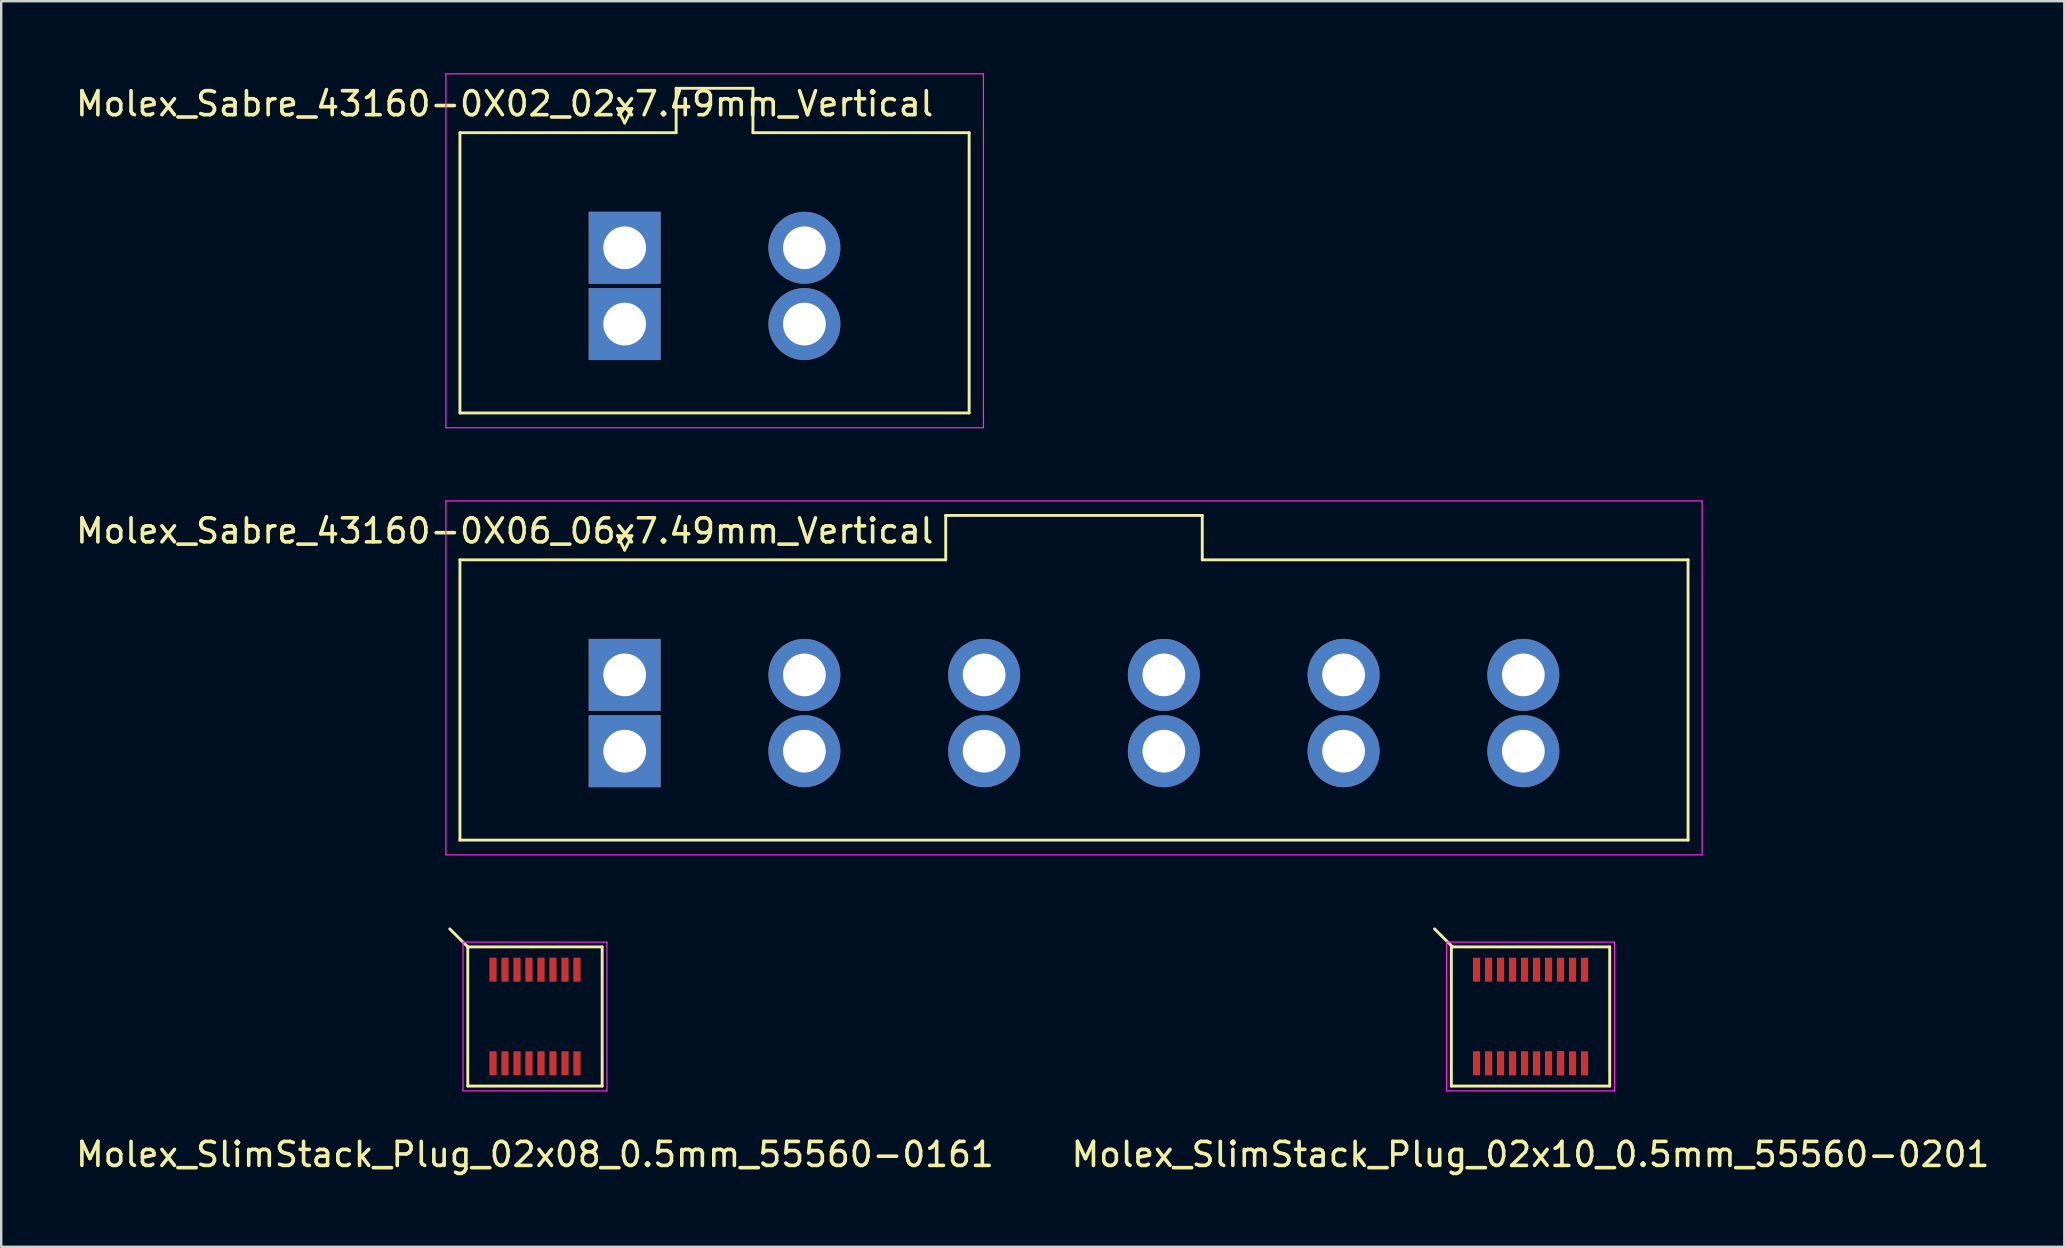
<source format=kicad_pcb>
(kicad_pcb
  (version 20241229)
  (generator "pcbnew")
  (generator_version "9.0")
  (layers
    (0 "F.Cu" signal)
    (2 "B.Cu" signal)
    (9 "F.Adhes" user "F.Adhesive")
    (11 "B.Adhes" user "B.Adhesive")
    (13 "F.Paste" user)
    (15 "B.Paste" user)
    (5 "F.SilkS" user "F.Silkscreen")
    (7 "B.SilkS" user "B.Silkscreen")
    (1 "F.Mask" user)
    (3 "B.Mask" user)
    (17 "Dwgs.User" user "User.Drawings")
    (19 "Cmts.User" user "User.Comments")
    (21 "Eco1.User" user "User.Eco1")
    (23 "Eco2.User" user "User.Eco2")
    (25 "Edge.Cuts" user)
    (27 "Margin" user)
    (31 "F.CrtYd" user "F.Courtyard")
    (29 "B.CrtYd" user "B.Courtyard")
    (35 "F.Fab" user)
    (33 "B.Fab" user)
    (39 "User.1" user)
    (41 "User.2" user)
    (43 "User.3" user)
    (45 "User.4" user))
  (footprint "Molex_Sabre_43160-0X02_02x7.49mm_Vertical"
    (layer "F.Cu")
    (at 22.982 7.275)
    (property "Reference" "Molex_Sabre_43160-0X02_02x7.49mm_Vertical" (at -5 -6 0) (layer "F.SilkS") (effects (font (size 1 1) (thickness 0.15))))
    (attr through_hole)
    (fp_line (start -6.865 -4.795) (end 2.145 -4.795) (stroke (width 0.12) (type solid)) (layer "F.SilkS"))
    (fp_line (start -6.865 6.885) (end -6.865 -4.795) (stroke (width 0.12) (type solid)) (layer "F.SilkS"))
    (fp_line (start -0.3 -5.8) (end 0 -5.2) (stroke (width 0.12) (type solid)) (layer "F.SilkS"))
    (fp_line (start 0 -5.2) (end 0.3 -5.8) (stroke (width 0.12) (type solid)) (layer "F.SilkS"))
    (fp_line (start 0.3 -5.8) (end -0.3 -5.8) (stroke (width 0.12) (type solid)) (layer "F.SilkS"))
    (fp_line (start 2.145 -6.645) (end 5.345 -6.645) (stroke (width 0.12) (type solid)) (layer "F.SilkS"))
    (fp_line (start 2.145 -4.795) (end 2.145 -6.645) (stroke (width 0.12) (type solid)) (layer "F.SilkS"))
    (fp_line (start 5.345 -6.645) (end 5.345 -4.795) (stroke (width 0.12) (type solid)) (layer "F.SilkS"))
    (fp_line (start 5.345 -4.795) (end 14.355 -4.795) (stroke (width 0.12) (type solid)) (layer "F.SilkS"))
    (fp_line (start 14.355 -4.795) (end 14.355 6.885) (stroke (width 0.12) (type solid)) (layer "F.SilkS"))
    (fp_line (start 14.355 6.885) (end -6.865 6.885) (stroke (width 0.12) (type solid)) (layer "F.SilkS"))
    (fp_line (start -7.45 -7.25) (end -7.45 7.5) (stroke (width 0.05) (type solid)) (layer "F.CrtYd"))
    (fp_line (start -7.45 7.5) (end 14.95 7.5) (stroke (width 0.05) (type solid)) (layer "F.CrtYd"))
    (fp_line (start 14.95 -7.25) (end -7.45 -7.25) (stroke (width 0.05) (type solid)) (layer "F.CrtYd"))
    (fp_line (start 14.95 7.5) (end 14.95 -7.25) (stroke (width 0.05) (type solid)) (layer "F.CrtYd"))
    (pad "1" thru_hole rect (at 0 0) (size 3 3) (drill 1.78) (layers "*.Cu" "*.Mask"))
    (pad "1" thru_hole rect (at 0 3.18) (size 3 3) (drill 1.78) (layers "*.Cu" "*.Mask"))
    (pad "2" thru_hole circle (at 7.49 0) (size 3 3) (drill 1.78) (layers "*.Cu" "*.Mask"))
    (pad "2" thru_hole circle (at 7.49 3.18) (size 3 3) (drill 1.78) (layers "*.Cu" "*.Mask")))
  (footprint "Molex_Sabre_43160-0X06_06x7.49mm_Vertical"
    (layer "F.Cu")
    (at 22.982 25.075)
    (property "Reference" "Molex_Sabre_43160-0X06_06x7.49mm_Vertical" (at -5 -6 0) (layer "F.SilkS") (effects (font (size 1 1) (thickness 0.15))))
    (attr through_hole)
    (fp_line (start -6.865 -4.795) (end 13.38 -4.795) (stroke (width 0.12) (type solid)) (layer "F.SilkS"))
    (fp_line (start -6.865 6.885) (end -6.865 -4.795) (stroke (width 0.12) (type solid)) (layer "F.SilkS"))
    (fp_line (start -0.3 -5.8) (end 0 -5.2) (stroke (width 0.12) (type solid)) (layer "F.SilkS"))
    (fp_line (start 0 -5.2) (end 0.3 -5.8) (stroke (width 0.12) (type solid)) (layer "F.SilkS"))
    (fp_line (start 0.3 -5.8) (end -0.3 -5.8) (stroke (width 0.12) (type solid)) (layer "F.SilkS"))
    (fp_line (start 13.38 -6.645) (end 24.07 -6.645) (stroke (width 0.12) (type solid)) (layer "F.SilkS"))
    (fp_line (start 13.38 -4.795) (end 13.38 -6.645) (stroke (width 0.12) (type solid)) (layer "F.SilkS"))
    (fp_line (start 24.07 -6.645) (end 24.07 -4.795) (stroke (width 0.12) (type solid)) (layer "F.SilkS"))
    (fp_line (start 24.07 -4.795) (end 44.315 -4.795) (stroke (width 0.12) (type solid)) (layer "F.SilkS"))
    (fp_line (start 44.315 -4.795) (end 44.315 6.885) (stroke (width 0.12) (type solid)) (layer "F.SilkS"))
    (fp_line (start 44.315 6.885) (end -6.865 6.885) (stroke (width 0.12) (type solid)) (layer "F.SilkS"))
    (fp_line (start -7.45 -7.25) (end -7.45 7.5) (stroke (width 0.05) (type solid)) (layer "F.CrtYd"))
    (fp_line (start -7.45 7.5) (end 44.9 7.5) (stroke (width 0.05) (type solid)) (layer "F.CrtYd"))
    (fp_line (start 44.9 -7.25) (end -7.45 -7.25) (stroke (width 0.05) (type solid)) (layer "F.CrtYd"))
    (fp_line (start 44.9 7.5) (end 44.9 -7.25) (stroke (width 0.05) (type solid)) (layer "F.CrtYd"))
    (pad "1" thru_hole rect (at 0 0) (size 3 3) (drill 1.78) (layers "*.Cu" "*.Mask"))
    (pad "1" thru_hole rect (at 0 3.18) (size 3 3) (drill 1.78) (layers "*.Cu" "*.Mask"))
    (pad "2" thru_hole circle (at 7.49 0) (size 3 3) (drill 1.78) (layers "*.Cu" "*.Mask"))
    (pad "2" thru_hole circle (at 7.49 3.18) (size 3 3) (drill 1.78) (layers "*.Cu" "*.Mask"))
    (pad "3" thru_hole circle (at 14.98 0) (size 3 3) (drill 1.78) (layers "*.Cu" "*.Mask"))
    (pad "3" thru_hole circle (at 14.98 3.18) (size 3 3) (drill 1.78) (layers "*.Cu" "*.Mask"))
    (pad "4" thru_hole circle (at 22.47 0) (size 3 3) (drill 1.78) (layers "*.Cu" "*.Mask"))
    (pad "4" thru_hole circle (at 22.47 3.18) (size 3 3) (drill 1.78) (layers "*.Cu" "*.Mask"))
    (pad "5" thru_hole circle (at 29.96 0) (size 3 3) (drill 1.78) (layers "*.Cu" "*.Mask"))
    (pad "5" thru_hole circle (at 29.96 3.18) (size 3 3) (drill 1.78) (layers "*.Cu" "*.Mask"))
    (pad "6" thru_hole circle (at 37.45 0) (size 3 3) (drill 1.78) (layers "*.Cu" "*.Mask"))
    (pad "6" thru_hole circle (at 37.45 3.18) (size 3 3) (drill 1.78) (layers "*.Cu" "*.Mask")))
  (footprint "Molex_SlimStack_Plug_02x08_0.5mm_55560-0161"
    (layer "F.Cu")
    (at 19.244 39.31)
    (property "Reference" "Molex_SlimStack_Plug_02x08_0.5mm_55560-0161" (at 0 5.75 0) (layer "F.SilkS") (effects (font (size 1 1) (thickness 0.15))))
    (attr smd)
    (fp_line (start -2.8 -2.9) (end -3.55 -3.65) (stroke (width 0.12) (type solid)) (layer "F.SilkS"))
    (fp_line (start -2.8 -2.9) (end -2.8 2.9) (stroke (width 0.12) (type solid)) (layer "F.SilkS"))
    (fp_line (start -2.8 2.9) (end 2.8 2.9) (stroke (width 0.12) (type solid)) (layer "F.SilkS"))
    (fp_line (start 2.8 -2.9) (end -2.8 -2.9) (stroke (width 0.12) (type solid)) (layer "F.SilkS"))
    (fp_line (start 2.8 2.9) (end 2.8 -2.9) (stroke (width 0.12) (type solid)) (layer "F.SilkS"))
    (fp_line (start -3 -3.1) (end -3 3.1) (stroke (width 0.05) (type solid)) (layer "F.CrtYd"))
    (fp_line (start -3 3.1) (end 3 3.1) (stroke (width 0.05) (type solid)) (layer "F.CrtYd"))
    (fp_line (start 3 -3.1) (end -3 -3.1) (stroke (width 0.05) (type solid)) (layer "F.CrtYd"))
    (fp_line (start 3 3.1) (end 3 -3.1) (stroke (width 0.05) (type solid)) (layer "F.CrtYd"))
    (pad "1" smd rect (at -1.75 -1.95) (size 0.3 1) (layers "F.Cu" "F.Mask" "F.Paste"))
    (pad "2" smd rect (at -1.75 1.95) (size 0.3 1) (layers "F.Cu" "F.Mask" "F.Paste"))
    (pad "3" smd rect (at -1.25 -1.95) (size 0.3 1) (layers "F.Cu" "F.Mask" "F.Paste"))
    (pad "4" smd rect (at -1.25 1.95) (size 0.3 1) (layers "F.Cu" "F.Mask" "F.Paste"))
    (pad "5" smd rect (at -0.75 -1.95) (size 0.3 1) (layers "F.Cu" "F.Mask" "F.Paste"))
    (pad "6" smd rect (at -0.75 1.95) (size 0.3 1) (layers "F.Cu" "F.Mask" "F.Paste"))
    (pad "7" smd rect (at -0.25 -1.95) (size 0.3 1) (layers "F.Cu" "F.Mask" "F.Paste"))
    (pad "8" smd rect (at -0.25 1.95) (size 0.3 1) (layers "F.Cu" "F.Mask" "F.Paste"))
    (pad "9" smd rect (at 0.25 -1.95) (size 0.3 1) (layers "F.Cu" "F.Mask" "F.Paste"))
    (pad "10" smd rect (at 0.25 1.95) (size 0.3 1) (layers "F.Cu" "F.Mask" "F.Paste"))
    (pad "11" smd rect (at 0.75 -1.95) (size 0.3 1) (layers "F.Cu" "F.Mask" "F.Paste"))
    (pad "12" smd rect (at 0.75 1.95) (size 0.3 1) (layers "F.Cu" "F.Mask" "F.Paste"))
    (pad "13" smd rect (at 1.25 -1.95) (size 0.3 1) (layers "F.Cu" "F.Mask" "F.Paste"))
    (pad "14" smd rect (at 1.25 1.95) (size 0.3 1) (layers "F.Cu" "F.Mask" "F.Paste"))
    (pad "15" smd rect (at 1.75 -1.95) (size 0.3 1) (layers "F.Cu" "F.Mask" "F.Paste"))
    (pad "16" smd rect (at 1.75 1.95) (size 0.3 1) (layers "F.Cu" "F.Mask" "F.Paste")))
  (footprint "Molex_SlimStack_Plug_02x10_0.5mm_55560-0201"
    (layer "F.Cu")
    (at 60.732 39.31)
    (property "Reference" "Molex_SlimStack_Plug_02x10_0.5mm_55560-0201" (at 0 5.75 0) (layer "F.SilkS") (effects (font (size 1 1) (thickness 0.15))))
    (attr smd)
    (fp_line (start -3.3 -2.9) (end -3.3 2.9) (stroke (width 0.12) (type solid)) (layer "F.SilkS"))
    (fp_line (start -3.3 2.9) (end 3.3 2.9) (stroke (width 0.12) (type solid)) (layer "F.SilkS"))
    (fp_line (start -3.25 -2.9) (end -4 -3.65) (stroke (width 0.12) (type solid)) (layer "F.SilkS"))
    (fp_line (start 3.3 -2.9) (end -3.3 -2.9) (stroke (width 0.12) (type solid)) (layer "F.SilkS"))
    (fp_line (start 3.3 2.9) (end 3.3 -2.9) (stroke (width 0.12) (type solid)) (layer "F.SilkS"))
    (fp_line (start -3.5 -3.1) (end -3.5 3.1) (stroke (width 0.05) (type solid)) (layer "F.CrtYd"))
    (fp_line (start -3.5 3.1) (end 3.5 3.1) (stroke (width 0.05) (type solid)) (layer "F.CrtYd"))
    (fp_line (start 3.5 -3.1) (end -3.5 -3.1) (stroke (width 0.05) (type solid)) (layer "F.CrtYd"))
    (fp_line (start 3.5 3.1) (end 3.5 -3.1) (stroke (width 0.05) (type solid)) (layer "F.CrtYd"))
    (pad "1" smd rect (at -2.25 -1.95) (size 0.3 1) (layers "F.Cu" "F.Mask" "F.Paste"))
    (pad "2" smd rect (at -2.25 1.95) (size 0.3 1) (layers "F.Cu" "F.Mask" "F.Paste"))
    (pad "3" smd rect (at -1.75 -1.95) (size 0.3 1) (layers "F.Cu" "F.Mask" "F.Paste"))
    (pad "4" smd rect (at -1.75 1.95) (size 0.3 1) (layers "F.Cu" "F.Mask" "F.Paste"))
    (pad "5" smd rect (at -1.25 -1.95) (size 0.3 1) (layers "F.Cu" "F.Mask" "F.Paste"))
    (pad "6" smd rect (at -1.25 1.95) (size 0.3 1) (layers "F.Cu" "F.Mask" "F.Paste"))
    (pad "7" smd rect (at -0.75 -1.95) (size 0.3 1) (layers "F.Cu" "F.Mask" "F.Paste"))
    (pad "8" smd rect (at -0.75 1.95) (size 0.3 1) (layers "F.Cu" "F.Mask" "F.Paste"))
    (pad "9" smd rect (at -0.25 -1.95) (size 0.3 1) (layers "F.Cu" "F.Mask" "F.Paste"))
    (pad "10" smd rect (at -0.25 1.95) (size 0.3 1) (layers "F.Cu" "F.Mask" "F.Paste"))
    (pad "11" smd rect (at 0.25 -1.95) (size 0.3 1) (layers "F.Cu" "F.Mask" "F.Paste"))
    (pad "12" smd rect (at 0.25 1.95) (size 0.3 1) (layers "F.Cu" "F.Mask" "F.Paste"))
    (pad "13" smd rect (at 0.75 -1.95) (size 0.3 1) (layers "F.Cu" "F.Mask" "F.Paste"))
    (pad "14" smd rect (at 0.75 1.95) (size 0.3 1) (layers "F.Cu" "F.Mask" "F.Paste"))
    (pad "15" smd rect (at 1.25 -1.95) (size 0.3 1) (layers "F.Cu" "F.Mask" "F.Paste"))
    (pad "16" smd rect (at 1.25 1.95) (size 0.3 1) (layers "F.Cu" "F.Mask" "F.Paste"))
    (pad "16" smd rect (at 1.25 1.95) (size 0.3 1) (layers "F.Cu" "F.Mask" "F.Paste"))
    (pad "17" smd rect (at 1.75 -1.95) (size 0.3 1) (layers "F.Cu" "F.Mask" "F.Paste"))
    (pad "18" smd rect (at 1.75 1.95) (size 0.3 1) (layers "F.Cu" "F.Mask" "F.Paste"))
    (pad "19" smd rect (at 2.25 -1.95) (size 0.3 1) (layers "F.Cu" "F.Mask" "F.Paste"))
    (pad "20" smd rect (at 2.25 1.95) (size 0.3 1) (layers "F.Cu" "F.Mask" "F.Paste")))
  (gr_rect
    (start -3 -3)
    (end 82.976 48.908)
    (stroke (width 0.1) (type default))
    (fill no)
    (layer "Edge.Cuts")))
</source>
